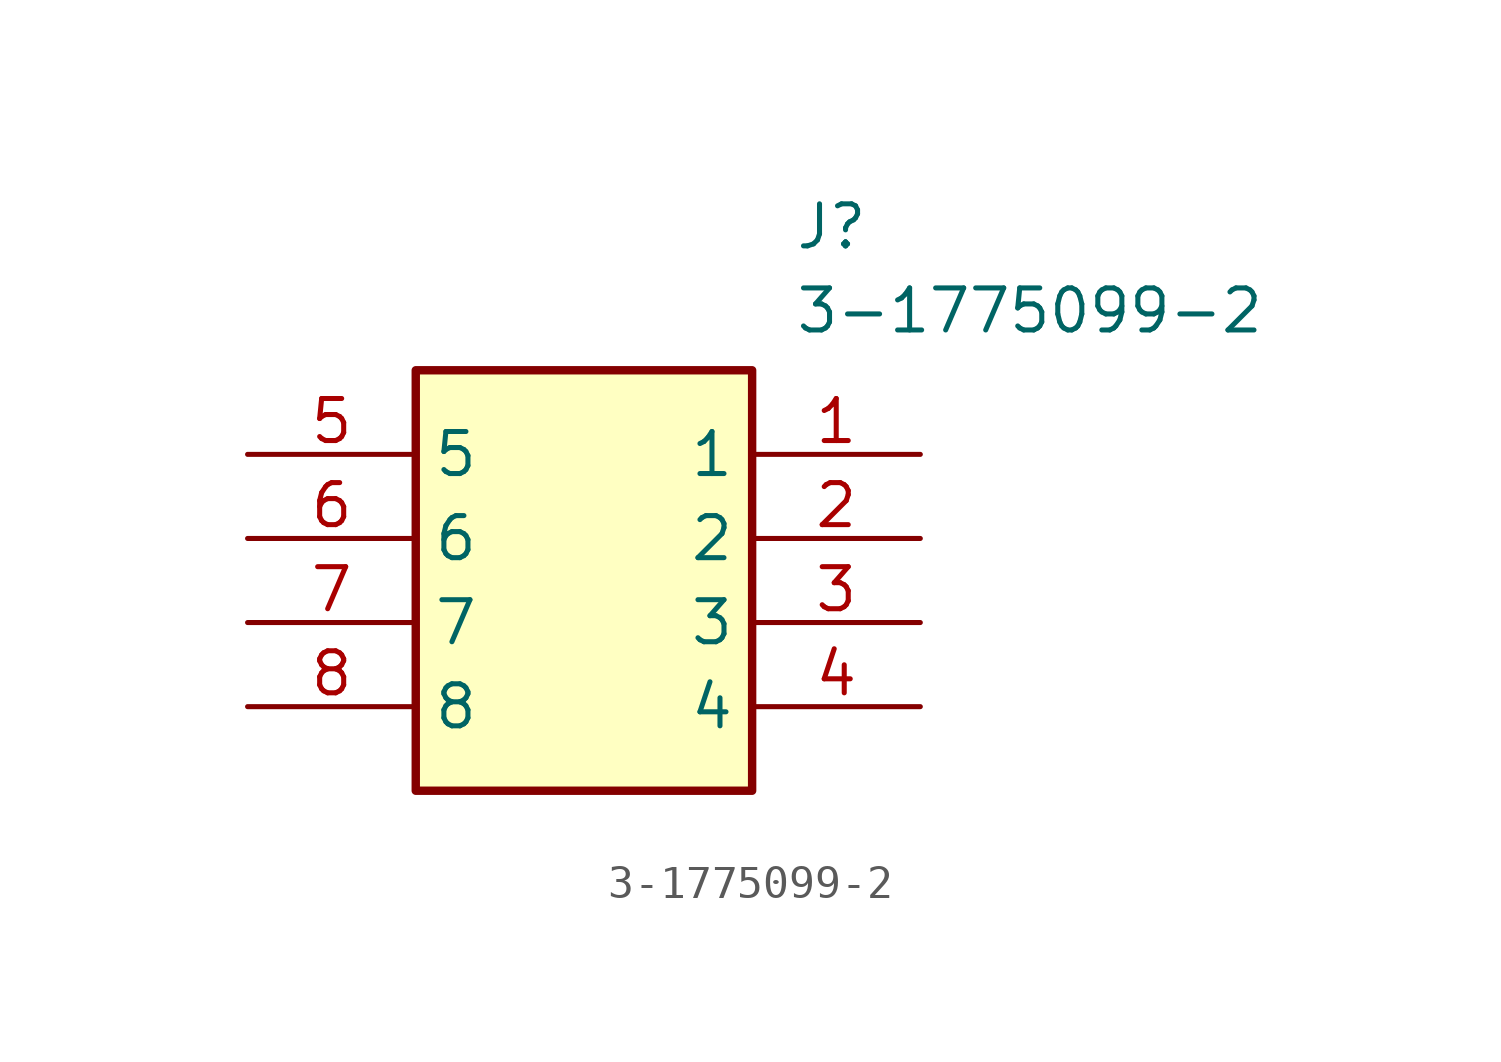
<source format=kicad_sym>
(kicad_symbol_lib
  (version 20231120)
  (generator "kicad_symbol_editor")
  (generator_version "8.0")
  (symbol "3-1775099-2"
    (property "Reference" "J"
      (at 16.51 7.62 0)
      (effects (font (size 1.27 1.27)) (justify left top)))
    (property "Value" "3-1775099-2"
      (at 16.51 5.08 0)
      (effects (font (size 1.27 1.27)) (justify left top)))
    (symbol "3-1775099-2_1_1"
      (rectangle (start 5.08 2.54) (end 15.24 -10.16) (stroke (width 0.254) (type default)) (fill (type background)))
      (pin passive line (at 20.32 0 180) (length 5.08) (name "1" (effects (font (size 1.27 1.27)))) (number "1" (effects (font (size 1.27 1.27)))))
      (pin passive line (at 20.32 -2.54 180) (length 5.08) (name "2" (effects (font (size 1.27 1.27)))) (number "2" (effects (font (size 1.27 1.27)))))
      (pin passive line (at 20.32 -5.08 180) (length 5.08) (name "3" (effects (font (size 1.27 1.27)))) (number "3" (effects (font (size 1.27 1.27)))))
      (pin passive line (at 20.32 -7.62 180) (length 5.08) (name "4" (effects (font (size 1.27 1.27)))) (number "4" (effects (font (size 1.27 1.27)))))
      (pin passive line (at 0 0 0) (length 5.08) (name "5" (effects (font (size 1.27 1.27)))) (number "5" (effects (font (size 1.27 1.27)))))
      (pin passive line (at 0 -2.54 0) (length 5.08) (name "6" (effects (font (size 1.27 1.27)))) (number "6" (effects (font (size 1.27 1.27)))))
      (pin passive line (at 0 -5.08 0) (length 5.08) (name "7" (effects (font (size 1.27 1.27)))) (number "7" (effects (font (size 1.27 1.27)))))
      (pin passive line (at 0 -7.62 0) (length 5.08) (name "8" (effects (font (size 1.27 1.27)))) (number "8" (effects (font (size 1.27 1.27))))))))
</source>
